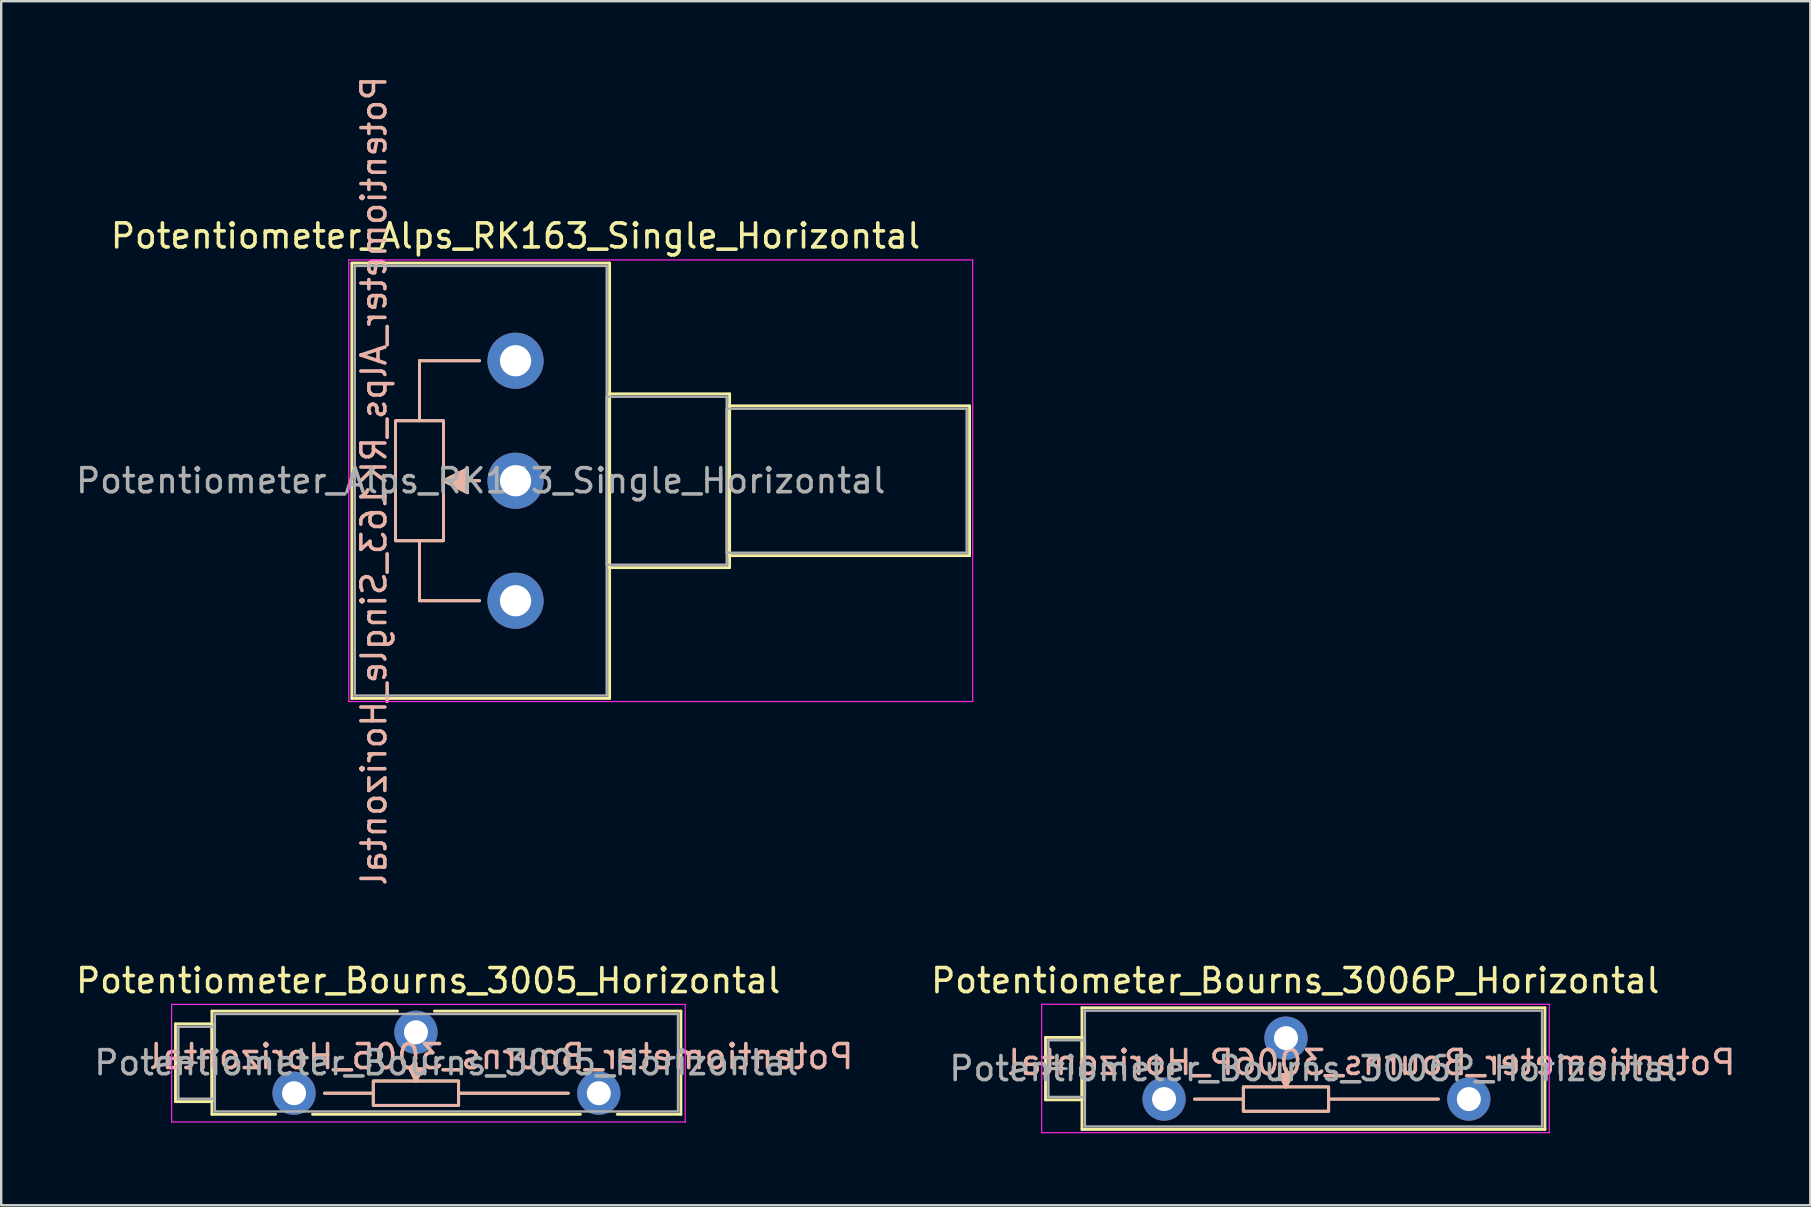
<source format=kicad_pcb>
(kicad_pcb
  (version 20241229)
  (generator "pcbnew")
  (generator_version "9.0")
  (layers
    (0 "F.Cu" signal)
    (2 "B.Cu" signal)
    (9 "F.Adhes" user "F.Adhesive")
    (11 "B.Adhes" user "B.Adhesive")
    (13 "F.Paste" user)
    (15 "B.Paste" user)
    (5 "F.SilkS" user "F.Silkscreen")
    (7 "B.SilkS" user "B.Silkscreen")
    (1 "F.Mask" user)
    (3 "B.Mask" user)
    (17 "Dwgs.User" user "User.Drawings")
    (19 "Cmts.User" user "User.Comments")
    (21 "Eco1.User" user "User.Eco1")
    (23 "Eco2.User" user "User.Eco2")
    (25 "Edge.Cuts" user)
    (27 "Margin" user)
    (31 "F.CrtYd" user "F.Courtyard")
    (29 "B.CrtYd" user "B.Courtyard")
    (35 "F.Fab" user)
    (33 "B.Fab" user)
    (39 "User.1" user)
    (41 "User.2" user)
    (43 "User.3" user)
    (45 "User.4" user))
  (footprint "Potentiometer_Alps_RK163_Single_Horizontal"
    (layer "F.Cu")
    (at 18.432 21.982)
    (property "Reference" "Potentiometer_Alps_RK163_Single_Horizontal" (at 0 -15.2 0) (layer "F.SilkS") (effects (font (size 1 1) (thickness 0.15))))
    (attr through_hole)
    (fp_line (start -6.82 -14.07) (end -6.82 4.07) (stroke (width 0.12) (type solid)) (layer "F.SilkS"))
    (fp_line (start -6.82 -14.07) (end 3.92 -14.07) (stroke (width 0.12) (type solid)) (layer "F.SilkS"))
    (fp_line (start -6.82 4.07) (end 3.92 4.07) (stroke (width 0.12) (type solid)) (layer "F.SilkS"))
    (fp_line (start -4 -10) (end -4 -7.5) (stroke (width 0.12) (type solid)) (layer "F.SilkS"))
    (fp_line (start -4 -2.5) (end -4 0) (stroke (width 0.12) (type solid)) (layer "F.SilkS"))
    (fp_line (start -4 0) (end -1.5 0) (stroke (width 0.12) (type solid)) (layer "F.SilkS"))
    (fp_line (start -3 -5) (end -1.5 -5) (stroke (width 0.12) (type solid)) (layer "F.SilkS"))
    (fp_line (start -1.5 -10) (end -4 -10) (stroke (width 0.12) (type solid)) (layer "F.SilkS"))
    (fp_line (start 3.92 -14.07) (end 3.92 4.07) (stroke (width 0.12) (type solid)) (layer "F.SilkS"))
    (fp_line (start 3.92 -8.62) (end 3.92 -1.38) (stroke (width 0.12) (type solid)) (layer "F.SilkS"))
    (fp_line (start 3.92 -8.62) (end 8.92 -8.62) (stroke (width 0.12) (type solid)) (layer "F.SilkS"))
    (fp_line (start 3.92 -1.38) (end 8.92 -1.38) (stroke (width 0.12) (type solid)) (layer "F.SilkS"))
    (fp_line (start 8.92 -8.62) (end 8.92 -1.38) (stroke (width 0.12) (type solid)) (layer "F.SilkS"))
    (fp_line (start 8.92 -8.12) (end 8.92 -1.879) (stroke (width 0.12) (type solid)) (layer "F.SilkS"))
    (fp_line (start 8.92 -8.12) (end 18.92 -8.12) (stroke (width 0.12) (type solid)) (layer "F.SilkS"))
    (fp_line (start 8.92 -1.879) (end 18.92 -1.879) (stroke (width 0.12) (type solid)) (layer "F.SilkS"))
    (fp_line (start 18.92 -8.12) (end 18.92 -1.879) (stroke (width 0.12) (type solid)) (layer "F.SilkS"))
    (fp_rect (start -5 -7.5) (end -3 -2.5) (stroke (width 0.12) (type solid)) (fill no) (layer "F.SilkS"))
    (fp_poly (pts (xy -2 -4.5) (xy -3 -5) (xy -2 -5.5)) (stroke (width 0.12) (type solid)) (fill yes) (layer "F.SilkS"))
    (fp_line (start -4 -10) (end -1.5 -10) (stroke (width 0.12) (type solid)) (layer "B.SilkS"))
    (fp_line (start -4 -7.5) (end -4 -10) (stroke (width 0.12) (type solid)) (layer "B.SilkS"))
    (fp_line (start -4 -2.5) (end -4 0) (stroke (width 0.12) (type solid)) (layer "B.SilkS"))
    (fp_line (start -4 0) (end -1.5 0) (stroke (width 0.12) (type solid)) (layer "B.SilkS"))
    (fp_line (start -1.5 -5) (end -3 -5) (stroke (width 0.12) (type solid)) (layer "B.SilkS"))
    (fp_rect (start -5 -7.5) (end -3 -2.5) (stroke (width 0.12) (type solid)) (fill no) (layer "B.SilkS"))
    (fp_poly (pts (xy -2 -4.5) (xy -3 -5) (xy -2 -5.5)) (stroke (width 0.12) (type solid)) (fill yes) (layer "B.SilkS"))
    (fp_line (start -6.95 -14.2) (end -6.95 4.2) (stroke (width 0.05) (type solid)) (layer "F.CrtYd"))
    (fp_line (start -6.95 4.2) (end 19.05 4.2) (stroke (width 0.05) (type solid)) (layer "F.CrtYd"))
    (fp_line (start 19.05 -14.2) (end -6.95 -14.2) (stroke (width 0.05) (type solid)) (layer "F.CrtYd"))
    (fp_line (start 19.05 4.2) (end 19.05 -14.2) (stroke (width 0.05) (type solid)) (layer "F.CrtYd"))
    (fp_line (start -6.7 -13.95) (end -6.7 3.95) (stroke (width 0.1) (type solid)) (layer "F.Fab"))
    (fp_line (start -6.7 3.95) (end 3.8 3.95) (stroke (width 0.1) (type solid)) (layer "F.Fab"))
    (fp_line (start 3.8 -13.95) (end -6.7 -13.95) (stroke (width 0.1) (type solid)) (layer "F.Fab"))
    (fp_line (start 3.8 -8.5) (end 3.8 -1.5) (stroke (width 0.1) (type solid)) (layer "F.Fab"))
    (fp_line (start 3.8 -1.5) (end 8.8 -1.5) (stroke (width 0.1) (type solid)) (layer "F.Fab"))
    (fp_line (start 3.8 3.95) (end 3.8 -13.95) (stroke (width 0.1) (type solid)) (layer "F.Fab"))
    (fp_line (start 8.8 -8.5) (end 3.8 -8.5) (stroke (width 0.1) (type solid)) (layer "F.Fab"))
    (fp_line (start 8.8 -8) (end 8.8 -2) (stroke (width 0.1) (type solid)) (layer "F.Fab"))
    (fp_line (start 8.8 -2) (end 18.8 -2) (stroke (width 0.1) (type solid)) (layer "F.Fab"))
    (fp_line (start 8.8 -1.5) (end 8.8 -8.5) (stroke (width 0.1) (type solid)) (layer "F.Fab"))
    (fp_line (start 18.8 -8) (end 8.8 -8) (stroke (width 0.1) (type solid)) (layer "F.Fab"))
    (fp_line (start 18.8 -2) (end 18.8 -8) (stroke (width 0.1) (type solid)) (layer "F.Fab"))
    (fp_text user "${REFERENCE}" (at -5.9 -5 90) (unlocked yes) (layer "B.SilkS") (effects (font (size 1 1) (thickness 0.15)) (justify mirror)))
    (fp_text user "${REFERENCE}" (at -1.45 -5 0) (layer "F.Fab") (effects (font (size 1 1) (thickness 0.15))))
    (pad "1" thru_hole circle (at 0 0) (size 2.34 2.34) (drill 1.3) (layers "*.Cu" "*.Mask"))
    (pad "2" thru_hole circle (at 0 -5) (size 2.34 2.34) (drill 1.3) (layers "*.Cu" "*.Mask"))
    (pad "3" thru_hole circle (at 0 -10) (size 2.34 2.34) (drill 1.3) (layers "*.Cu" "*.Mask")))
  (footprint "Potentiometer_Bourns_3006P_Horizontal"
    (layer "F.Cu")
    (at 58.156 42.748)
    (property "Reference" "Potentiometer_Bourns_3006P_Horizontal" (at -7.235 -4.935 0) (layer "F.SilkS") (effects (font (size 1 1) (thickness 0.15))))
    (attr through_hole)
    (fp_line (start -17.64 -2.569) (end -17.64 0.03) (stroke (width 0.12) (type solid)) (layer "F.SilkS"))
    (fp_line (start -17.64 -2.569) (end -16.121 -2.569) (stroke (width 0.12) (type solid)) (layer "F.SilkS"))
    (fp_line (start -17.64 -1.27) (end -16.881 -1.27) (stroke (width 0.12) (type solid)) (layer "F.SilkS"))
    (fp_line (start -17.64 0.03) (end -16.121 0.03) (stroke (width 0.12) (type solid)) (layer "F.SilkS"))
    (fp_line (start -16.121 -2.569) (end -16.121 0.03) (stroke (width 0.12) (type solid)) (layer "F.SilkS"))
    (fp_line (start -16.12 -3.805) (end -16.12 1.265) (stroke (width 0.12) (type solid)) (layer "F.SilkS"))
    (fp_line (start -16.12 -3.805) (end 3.17 -3.805) (stroke (width 0.12) (type solid)) (layer "F.SilkS"))
    (fp_line (start -16.12 1.265) (end 3.17 1.265) (stroke (width 0.12) (type solid)) (layer "F.SilkS"))
    (fp_line (start -9.398 0) (end -11.43 0) (stroke (width 0.12) (type solid)) (layer "F.SilkS"))
    (fp_line (start -7.62 -1.27) (end -7.62 -0.508) (stroke (width 0.12) (type solid)) (layer "F.SilkS"))
    (fp_line (start -5.842 0) (end -1.27 0) (stroke (width 0.12) (type solid)) (layer "F.SilkS"))
    (fp_line (start 3.17 -3.805) (end 3.17 1.265) (stroke (width 0.12) (type solid)) (layer "F.SilkS"))
    (fp_rect (start -9.398 -0.508) (end -5.842 0.508) (stroke (width 0.12) (type solid)) (fill no) (layer "F.SilkS"))
    (fp_poly (pts (xy -7.62 -0.508) (xy -7.874 -1.016) (xy -7.366 -1.016)) (stroke (width 0.12) (type solid)) (fill yes) (layer "F.SilkS"))
    (fp_line (start -11.43 0) (end -9.398 0) (stroke (width 0.12) (type solid)) (layer "B.SilkS"))
    (fp_line (start -7.62 -1.27) (end -7.62 -0.508) (stroke (width 0.12) (type solid)) (layer "B.SilkS"))
    (fp_line (start -1.27 0) (end -5.842 0) (stroke (width 0.12) (type solid)) (layer "B.SilkS"))
    (fp_rect (start -9.398 -0.508) (end -5.842 0.508) (stroke (width 0.12) (type solid)) (fill no) (layer "B.SilkS"))
    (fp_poly (pts (xy -7.62 -0.508) (xy -7.874 -1.016) (xy -7.366 -1.016)) (stroke (width 0.12) (type solid)) (fill yes) (layer "B.SilkS"))
    (fp_line (start -17.8 -3.95) (end -17.8 1.4) (stroke (width 0.05) (type solid)) (layer "F.CrtYd"))
    (fp_line (start -17.8 1.4) (end 3.35 1.4) (stroke (width 0.05) (type solid)) (layer "F.CrtYd"))
    (fp_line (start 3.35 -3.95) (end -17.8 -3.95) (stroke (width 0.05) (type solid)) (layer "F.CrtYd"))
    (fp_line (start 3.35 1.4) (end 3.35 -3.95) (stroke (width 0.05) (type solid)) (layer "F.CrtYd"))
    (fp_line (start -17.52 -2.45) (end -17.52 -0.09) (stroke (width 0.1) (type solid)) (layer "F.Fab"))
    (fp_line (start -17.52 -1.27) (end -16.76 -1.27) (stroke (width 0.1) (type solid)) (layer "F.Fab"))
    (fp_line (start -17.52 -0.09) (end -16 -0.09) (stroke (width 0.1) (type solid)) (layer "F.Fab"))
    (fp_line (start -16 -3.685) (end -16 1.145) (stroke (width 0.1) (type solid)) (layer "F.Fab"))
    (fp_line (start -16 -2.45) (end -17.52 -2.45) (stroke (width 0.1) (type solid)) (layer "F.Fab"))
    (fp_line (start -16 -0.09) (end -16 -2.45) (stroke (width 0.1) (type solid)) (layer "F.Fab"))
    (fp_line (start -16 1.145) (end 3.05 1.145) (stroke (width 0.1) (type solid)) (layer "F.Fab"))
    (fp_line (start 3.05 -3.685) (end -16 -3.685) (stroke (width 0.1) (type solid)) (layer "F.Fab"))
    (fp_line (start 3.05 1.145) (end 3.05 -3.685) (stroke (width 0.1) (type solid)) (layer "F.Fab"))
    (fp_text user "${REFERENCE}" (at -4.064 -1.524 0) (unlocked yes) (layer "B.SilkS") (effects (font (size 1 1) (thickness 0.15)) (justify mirror)))
    (fp_text user "${REFERENCE}" (at -6.475 -1.27 0) (layer "F.Fab") (effects (font (size 1 1) (thickness 0.15))))
    (pad "1" thru_hole circle (at 0 0) (size 1.8 1.8) (drill 1) (layers "*.Cu" "*.Mask"))
    (pad "2" thru_hole circle (at -7.62 -2.54) (size 1.8 1.8) (drill 1) (layers "*.Cu" "*.Mask"))
    (pad "3" thru_hole circle (at -12.7 0) (size 1.8 1.8) (drill 1) (layers "*.Cu" "*.Mask")))
  (footprint "Potentiometer_Bourns_3005_Horizontal"
    (layer "F.Cu")
    (at 21.902 42.503)
    (property "Reference" "Potentiometer_Bourns_3005_Horizontal" (at -7.11 -4.69 0) (layer "F.SilkS") (effects (font (size 1 1) (thickness 0.15))))
    (attr through_hole)
    (fp_line (start -17.64 -2.89) (end -17.64 0.35) (stroke (width 0.12) (type solid)) (layer "F.SilkS"))
    (fp_line (start -17.64 -2.89) (end -16.121 -2.89) (stroke (width 0.12) (type solid)) (layer "F.SilkS"))
    (fp_line (start -17.64 -1.27) (end -16.881 -1.27) (stroke (width 0.12) (type solid)) (layer "F.SilkS"))
    (fp_line (start -17.64 0.35) (end -16.121 0.35) (stroke (width 0.12) (type solid)) (layer "F.SilkS"))
    (fp_line (start -16.121 -2.89) (end -16.121 0.35) (stroke (width 0.12) (type solid)) (layer "F.SilkS"))
    (fp_line (start -16.12 -3.42) (end -16.12 0.88) (stroke (width 0.12) (type solid)) (layer "F.SilkS"))
    (fp_line (start -16.12 -3.42) (end -8.389 -3.42) (stroke (width 0.12) (type solid)) (layer "F.SilkS"))
    (fp_line (start -16.12 0.88) (end -13.469 0.88) (stroke (width 0.12) (type solid)) (layer "F.SilkS"))
    (fp_line (start -11.93 0.88) (end -0.769 0.88) (stroke (width 0.12) (type solid)) (layer "F.SilkS"))
    (fp_line (start -9.398 0) (end -11.43 0) (stroke (width 0.12) (type solid)) (layer "F.SilkS"))
    (fp_line (start -7.62 -1.27) (end -7.62 -0.508) (stroke (width 0.12) (type solid)) (layer "F.SilkS"))
    (fp_line (start -6.85 -3.42) (end 3.42 -3.42) (stroke (width 0.12) (type solid)) (layer "F.SilkS"))
    (fp_line (start -5.842 0) (end -1.27 0) (stroke (width 0.12) (type solid)) (layer "F.SilkS"))
    (fp_line (start 0.77 0.88) (end 3.42 0.88) (stroke (width 0.12) (type solid)) (layer "F.SilkS"))
    (fp_line (start 3.42 -3.42) (end 3.42 0.88) (stroke (width 0.12) (type solid)) (layer "F.SilkS"))
    (fp_rect (start -9.398 -0.508) (end -5.842 0.508) (stroke (width 0.12) (type solid)) (fill no) (layer "F.SilkS"))
    (fp_poly (pts (xy -7.62 -0.508) (xy -7.874 -1.016) (xy -7.366 -1.016)) (stroke (width 0.12) (type solid)) (fill yes) (layer "F.SilkS"))
    (fp_line (start -11.43 0) (end -9.398 0) (stroke (width 0.12) (type solid)) (layer "B.SilkS"))
    (fp_line (start -7.62 -1.27) (end -7.62 -0.508) (stroke (width 0.12) (type solid)) (layer "B.SilkS"))
    (fp_line (start -1.27 0) (end -5.842 0) (stroke (width 0.12) (type solid)) (layer "B.SilkS"))
    (fp_rect (start -9.398 -0.508) (end -5.842 0.508) (stroke (width 0.12) (type solid)) (fill no) (layer "B.SilkS"))
    (fp_poly (pts (xy -7.62 -0.508) (xy -7.874 -1.016) (xy -7.366 -1.016)) (stroke (width 0.12) (type solid)) (fill yes) (layer "B.SilkS"))
    (fp_line (start -17.8 -3.7) (end -17.8 1.2) (stroke (width 0.05) (type solid)) (layer "F.CrtYd"))
    (fp_line (start -17.8 1.2) (end 3.6 1.2) (stroke (width 0.05) (type solid)) (layer "F.CrtYd"))
    (fp_line (start 3.6 -3.7) (end -17.8 -3.7) (stroke (width 0.05) (type solid)) (layer "F.CrtYd"))
    (fp_line (start 3.6 1.2) (end 3.6 -3.7) (stroke (width 0.05) (type solid)) (layer "F.CrtYd"))
    (fp_line (start -17.52 -2.77) (end -17.52 0.23) (stroke (width 0.1) (type solid)) (layer "F.Fab"))
    (fp_line (start -17.52 -1.27) (end -16.76 -1.27) (stroke (width 0.1) (type solid)) (layer "F.Fab"))
    (fp_line (start -17.52 0.23) (end -16 0.23) (stroke (width 0.1) (type solid)) (layer "F.Fab"))
    (fp_line (start -16 -3.3) (end -16 0.76) (stroke (width 0.1) (type solid)) (layer "F.Fab"))
    (fp_line (start -16 -2.77) (end -17.52 -2.77) (stroke (width 0.1) (type solid)) (layer "F.Fab"))
    (fp_line (start -16 0.23) (end -16 -2.77) (stroke (width 0.1) (type solid)) (layer "F.Fab"))
    (fp_line (start -16 0.76) (end 3.3 0.76) (stroke (width 0.1) (type solid)) (layer "F.Fab"))
    (fp_line (start 3.3 -3.3) (end -16 -3.3) (stroke (width 0.1) (type solid)) (layer "F.Fab"))
    (fp_line (start 3.3 0.76) (end 3.3 -3.3) (stroke (width 0.1) (type solid)) (layer "F.Fab"))
    (fp_text user "${REFERENCE}" (at -4.064 -1.524 0) (unlocked yes) (layer "B.SilkS") (effects (font (size 1 1) (thickness 0.15)) (justify mirror)))
    (fp_text user "${REFERENCE}" (at -6.35 -1.27 0) (layer "F.Fab") (effects (font (size 1 1) (thickness 0.15))))
    (pad "1" thru_hole circle (at 0 0) (size 1.8 1.8) (drill 1) (layers "*.Cu" "*.Mask"))
    (pad "2" thru_hole circle (at -7.62 -2.54) (size 1.8 1.8) (drill 1) (layers "*.Cu" "*.Mask"))
    (pad "3" thru_hole circle (at -12.7 0) (size 1.8 1.8) (drill 1) (layers "*.Cu" "*.Mask")))
  (gr_rect
    (start -3 -3)
    (end 72.384 47.173)
    (stroke (width 0.1) (type default))
    (fill no)
    (layer "Edge.Cuts")))
</source>
